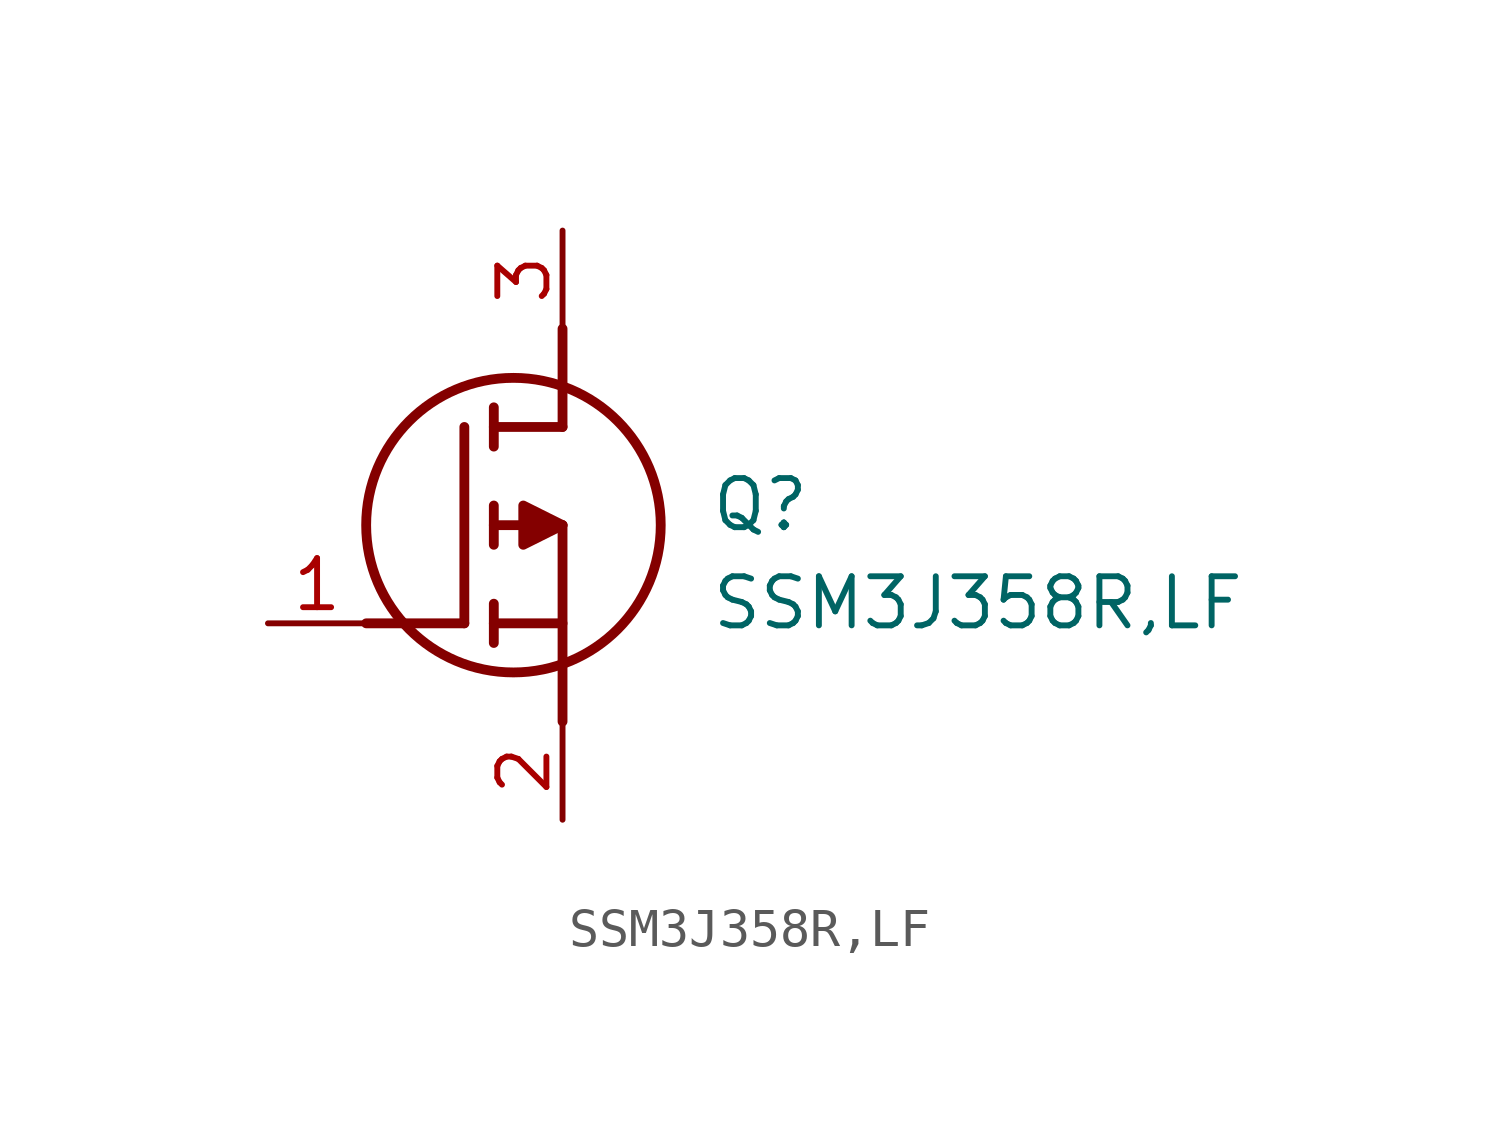
<source format=kicad_sym>
(kicad_symbol_lib
  (version 20211014)
  (generator SamacSys_ECAD_Model)
  (symbol "SSM3J358R,LF"
    (pin_names hide)
    (property "Reference" "Q"
      (at 11.43 3.81 0)
      (effects (font (size 1.27 1.27)) (justify left top)))
    (property "Value" "SSM3J358R,LF"
      (at 11.43 1.27 0)
      (effects (font (size 1.27 1.27)) (justify left top)))
    (polyline
      (pts (xy 7.62 2.54) (xy 7.62 -2.54))
      (stroke (width 0.254) (type default))
      (fill (type none)))
    (polyline
      (pts (xy 7.62 5.08) (xy 7.62 7.62))
      (stroke (width 0.254) (type default))
      (fill (type none)))
    (polyline
      (pts (xy 2.54 0) (xy 5.08 0))
      (stroke (width 0.254) (type default))
      (fill (type none)))
    (polyline
      (pts (xy 5.08 5.08) (xy 5.08 0))
      (stroke (width 0.254) (type default))
      (fill (type none)))
    (polyline
      (pts (xy 7.62 2.54) (xy 5.842 2.54))
      (stroke (width 0.254) (type default))
      (fill (type none)))
    (polyline
      (pts (xy 7.62 5.08) (xy 5.842 5.08))
      (stroke (width 0.254) (type default))
      (fill (type none)))
    (polyline
      (pts (xy 5.842 0) (xy 7.62 0))
      (stroke (width 0.254) (type default))
      (fill (type none)))
    (polyline
      (pts (xy 5.842 5.588) (xy 5.842 4.572))
      (stroke (width 0.254) (type default))
      (fill (type none)))
    (polyline
      (pts (xy 5.842 -0.508) (xy 5.842 0.508))
      (stroke (width 0.254) (type default))
      (fill (type none)))
    (polyline
      (pts (xy 5.842 2.032) (xy 5.842 3.048))
      (stroke (width 0.254) (type default))
      (fill (type none)))
    (circle
      (center 6.35 2.54)
      (radius 3.81)
      (stroke (width 0.254) (type default))
      (fill (type none)))
    (polyline
      (pts (xy 7.62 2.54) (xy 6.604 3.048) (xy 6.604 2.032) (xy 7.62 2.54))
      (stroke (width 0.254) (type default))
      (fill (type outline)))
    (pin passive line
      (at 0 0 0)
      (length 2.54)
      (name "G" (effects (font (size 1.27 1.27))))
      (number "1" (effects (font (size 1.27 1.27)))))
    (pin passive line
      (at 7.62 10.16 270)
      (length 2.54)
      (name "D" (effects (font (size 1.27 1.27))))
      (number "3" (effects (font (size 1.27 1.27)))))
    (pin passive line
      (at 7.62 -5.08 90)
      (length 2.54)
      (name "S" (effects (font (size 1.27 1.27))))
      (number "2" (effects (font (size 1.27 1.27)))))))
</source>
